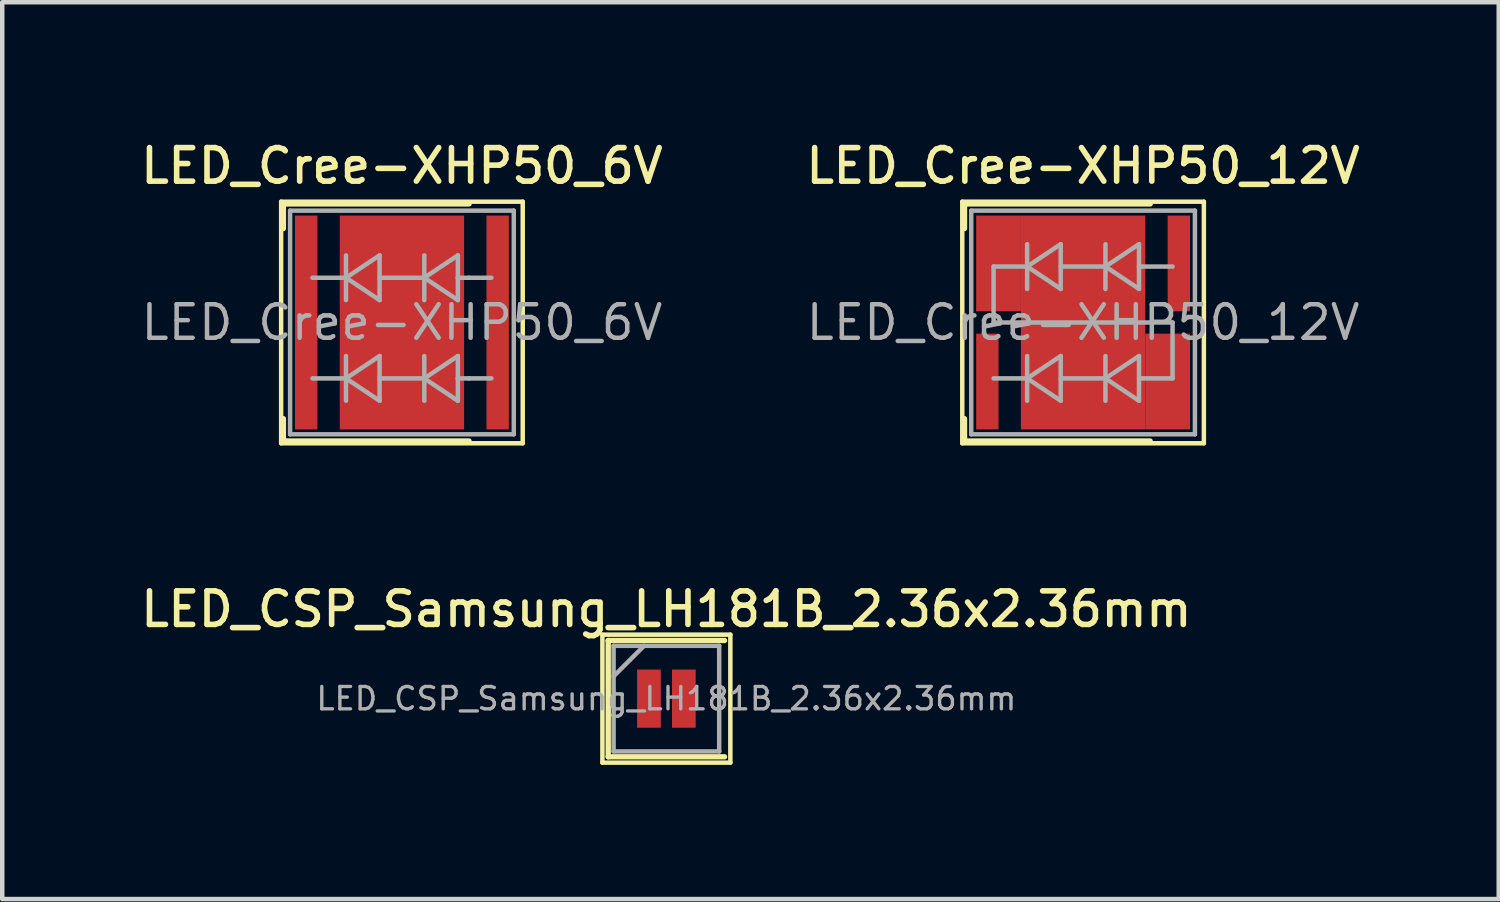
<source format=kicad_pcb>
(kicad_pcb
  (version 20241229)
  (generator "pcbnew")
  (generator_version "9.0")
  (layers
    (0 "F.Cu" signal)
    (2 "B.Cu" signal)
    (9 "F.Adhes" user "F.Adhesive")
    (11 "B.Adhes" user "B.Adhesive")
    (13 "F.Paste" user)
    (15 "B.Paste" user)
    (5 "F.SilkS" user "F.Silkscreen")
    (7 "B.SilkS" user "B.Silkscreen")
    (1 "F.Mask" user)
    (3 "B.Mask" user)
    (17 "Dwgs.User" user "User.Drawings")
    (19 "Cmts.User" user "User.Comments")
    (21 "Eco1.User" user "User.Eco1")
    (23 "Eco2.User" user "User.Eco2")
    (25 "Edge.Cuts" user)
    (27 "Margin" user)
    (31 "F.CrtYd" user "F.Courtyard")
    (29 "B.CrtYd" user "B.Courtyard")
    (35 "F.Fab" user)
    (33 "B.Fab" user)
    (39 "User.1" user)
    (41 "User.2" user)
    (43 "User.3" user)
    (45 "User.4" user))
  (footprint "LED_CSP_Samsung_LH181B_2.36x2.36mm"
    (layer "F.Cu")
    (at 11.845 12.566)
    (property "Reference" "LED_CSP_Samsung_LH181B_2.36x2.36mm" (at 0 -2 0) (layer "F.SilkS") (effects (font (size 0.75 0.75) (thickness 0.125))))
    (attr smd)
    (fp_line (start -1.43 -1.43) (end 1.43 -1.43) (stroke (width 0.1) (type solid)) (layer "F.SilkS"))
    (fp_line (start -1.43 1.43) (end -1.43 -1.43) (stroke (width 0.1) (type solid)) (layer "F.SilkS"))
    (fp_line (start -1.3 -1.3) (end 1.3 -1.3) (stroke (width 0.12) (type solid)) (layer "F.SilkS"))
    (fp_line (start -1.3 1.3) (end -1.3 -1.3) (stroke (width 0.12) (type solid)) (layer "F.SilkS"))
    (fp_line (start 1.3 1.3) (end -1.3 1.3) (stroke (width 0.12) (type solid)) (layer "F.SilkS"))
    (fp_line (start 1.43 -1.43) (end 1.43 1.43) (stroke (width 0.1) (type solid)) (layer "F.SilkS"))
    (fp_line (start 1.43 1.43) (end -1.43 1.43) (stroke (width 0.1) (type solid)) (layer "F.SilkS"))
    (fp_line (start -1.18 -1.18) (end 1.18 -1.18) (stroke (width 0.1) (type solid)) (layer "F.Fab"))
    (fp_line (start -1.18 -0.5) (end -0.5 -1.18) (stroke (width 0.1) (type solid)) (layer "F.Fab"))
    (fp_line (start -1.18 1.18) (end -1.18 -1.18) (stroke (width 0.1) (type solid)) (layer "F.Fab"))
    (fp_line (start 1.18 -1.18) (end 1.18 1.18) (stroke (width 0.1) (type solid)) (layer "F.Fab"))
    (fp_line (start 1.18 1.18) (end -1.18 1.18) (stroke (width 0.1) (type solid)) (layer "F.Fab"))
    (fp_text user "${REFERENCE}" (at 0 0 0) (layer "F.Fab") (effects (font (size 0.5 0.5) (thickness 0.075))))
    (pad "1" smd rect (at -0.39 0 90) (size 1.3 0.53) (layers "F.Cu" "F.Mask" "F.Paste"))
    (pad "2" smd rect (at 0.39 0 90) (size 1.3 0.53) (layers "F.Cu" "F.Mask" "F.Paste")))
  (footprint "LED_Cree-XHP50_6V"
    (layer "F.Cu")
    (at 5.934 4.158)
    (property "Reference" "LED_Cree-XHP50_6V" (at 0 -3.5 0) (layer "F.SilkS") (effects (font (size 0.75 0.75) (thickness 0.125))))
    (attr smd)
    (fp_line (start -2.7 -2.7) (end -2.7 2.7) (stroke (width 0.1) (type solid)) (layer "F.SilkS"))
    (fp_line (start -2.7 2.7) (end 2.7 2.7) (stroke (width 0.1) (type solid)) (layer "F.SilkS"))
    (fp_line (start -2.65 -2.65) (end -2.65 -2.1) (stroke (width 0.12) (type solid)) (layer "F.SilkS"))
    (fp_line (start -2.65 2.65) (end -2.65 2.15) (stroke (width 0.12) (type solid)) (layer "F.SilkS"))
    (fp_line (start 1.5 -2.65) (end -2.65 -2.65) (stroke (width 0.12) (type solid)) (layer "F.SilkS"))
    (fp_line (start 1.5 2.65) (end -2.65 2.65) (stroke (width 0.12) (type solid)) (layer "F.SilkS"))
    (fp_line (start 2.7 -2.7) (end -2.7 -2.7) (stroke (width 0.1) (type solid)) (layer "F.SilkS"))
    (fp_line (start 2.7 2.7) (end 2.7 -2.7) (stroke (width 0.1) (type solid)) (layer "F.SilkS"))
    (fp_line (start -2.5 -2.5) (end 2.5 -2.5) (stroke (width 0.1) (type solid)) (layer "F.Fab"))
    (fp_line (start -2.5 2.5) (end -2.5 -2.5) (stroke (width 0.1) (type solid)) (layer "F.Fab"))
    (fp_line (start -2 -1) (end -1.25 -1) (stroke (width 0.1) (type solid)) (layer "F.Fab"))
    (fp_line (start -2 1.25) (end -1.25 1.25) (stroke (width 0.1) (type solid)) (layer "F.Fab"))
    (fp_line (start -1.25 -1) (end -1.25 -1.5) (stroke (width 0.1) (type solid)) (layer "F.Fab"))
    (fp_line (start -1.25 -1) (end -1.25 -0.5) (stroke (width 0.1) (type solid)) (layer "F.Fab"))
    (fp_line (start -1.25 -1) (end -0.5 -1.5) (stroke (width 0.1) (type solid)) (layer "F.Fab"))
    (fp_line (start -1.25 1.25) (end -1.25 0.75) (stroke (width 0.1) (type solid)) (layer "F.Fab"))
    (fp_line (start -1.25 1.25) (end -1.25 1.75) (stroke (width 0.1) (type solid)) (layer "F.Fab"))
    (fp_line (start -1.25 1.25) (end -0.5 0.75) (stroke (width 0.1) (type solid)) (layer "F.Fab"))
    (fp_line (start -0.5 -1.5) (end -0.5 -0.5) (stroke (width 0.1) (type solid)) (layer "F.Fab"))
    (fp_line (start -0.5 -0.5) (end -1.25 -1) (stroke (width 0.1) (type solid)) (layer "F.Fab"))
    (fp_line (start -0.5 0.75) (end -0.5 1.75) (stroke (width 0.1) (type solid)) (layer "F.Fab"))
    (fp_line (start -0.5 1.75) (end -1.25 1.25) (stroke (width 0.1) (type solid)) (layer "F.Fab"))
    (fp_line (start 0.5 -1.5) (end 0.5 -0.5) (stroke (width 0.1) (type solid)) (layer "F.Fab"))
    (fp_line (start 0.5 -1) (end -0.5 -1) (stroke (width 0.1) (type solid)) (layer "F.Fab"))
    (fp_line (start 0.5 -1) (end 1.25 -0.5) (stroke (width 0.1) (type solid)) (layer "F.Fab"))
    (fp_line (start 0.5 0.75) (end 0.5 1.75) (stroke (width 0.1) (type solid)) (layer "F.Fab"))
    (fp_line (start 0.5 1.25) (end -0.5 1.25) (stroke (width 0.1) (type solid)) (layer "F.Fab"))
    (fp_line (start 0.5 1.25) (end 1.25 1.75) (stroke (width 0.1) (type solid)) (layer "F.Fab"))
    (fp_line (start 1.25 -1.5) (end 0.5 -1) (stroke (width 0.1) (type solid)) (layer "F.Fab"))
    (fp_line (start 1.25 -1) (end 1.25 -1.5) (stroke (width 0.1) (type solid)) (layer "F.Fab"))
    (fp_line (start 1.25 -0.5) (end 1.25 -1) (stroke (width 0.1) (type solid)) (layer "F.Fab"))
    (fp_line (start 1.25 0.75) (end 0.5 1.25) (stroke (width 0.1) (type solid)) (layer "F.Fab"))
    (fp_line (start 1.25 1.25) (end 1.25 0.75) (stroke (width 0.1) (type solid)) (layer "F.Fab"))
    (fp_line (start 1.25 1.75) (end 1.25 1.25) (stroke (width 0.1) (type solid)) (layer "F.Fab"))
    (fp_line (start 1.5 -1) (end 1.25 -1) (stroke (width 0.1) (type solid)) (layer "F.Fab"))
    (fp_line (start 1.5 -1) (end 2 -1) (stroke (width 0.1) (type solid)) (layer "F.Fab"))
    (fp_line (start 1.5 1.25) (end 1.25 1.25) (stroke (width 0.1) (type solid)) (layer "F.Fab"))
    (fp_line (start 1.5 1.25) (end 2 1.25) (stroke (width 0.1) (type solid)) (layer "F.Fab"))
    (fp_line (start 2.5 -2.5) (end 2.5 2.5) (stroke (width 0.1) (type solid)) (layer "F.Fab"))
    (fp_line (start 2.5 2.5) (end -2.5 2.5) (stroke (width 0.1) (type solid)) (layer "F.Fab"))
    (fp_text user "${REFERENCE}" (at 0 0 0) (layer "F.Fab") (effects (font (size 0.75 0.75) (thickness 0.1))))
    (pad "" smd rect (at -2.14 -1.32) (size 0.5 2.14) (layers "F.Paste"))
    (pad "" smd rect (at -2.14 1.32) (size 0.5 2.14) (layers "F.Paste"))
    (pad "" smd rect (at -0.61 -1.575) (size 0.97 0.8) (layers "F.Paste"))
    (pad "" smd rect (at -0.61 -0.525) (size 0.97 0.8) (layers "F.Paste"))
    (pad "" smd rect (at -0.61 0.525) (size 0.97 0.8) (layers "F.Paste"))
    (pad "" smd rect (at -0.61 1.575) (size 0.97 0.8) (layers "F.Paste"))
    (pad "" smd rect (at 0.61 -1.575) (size 0.97 0.8) (layers "F.Paste"))
    (pad "" smd rect (at 0.61 -0.525) (size 0.97 0.8) (layers "F.Paste"))
    (pad "" smd rect (at 0.61 0.525) (size 0.97 0.8) (layers "F.Paste"))
    (pad "" smd rect (at 0.61 1.575) (size 0.97 0.8) (layers "F.Paste"))
    (pad "" smd rect (at 2.14 -1.32) (size 0.5 2.14) (layers "F.Paste"))
    (pad "" smd rect (at 2.14 1.32) (size 0.5 2.14) (layers "F.Paste"))
    (pad "1" smd rect (at -2.14 0) (size 0.5 4.78) (layers "F.Cu" "F.Mask"))
    (pad "2" smd rect (at 2.14 0) (size 0.5 4.78) (layers "F.Cu" "F.Mask"))
    (pad "3" smd rect (at 0 0) (size 2.78 4.78) (layers "F.Cu" "F.Mask")))
  (footprint "LED_Cree-XHP50_12V"
    (layer "F.Cu")
    (at 21.159 4.158)
    (property "Reference" "LED_Cree-XHP50_12V" (at 0 -3.5 0) (layer "F.SilkS") (effects (font (size 0.75 0.75) (thickness 0.125))))
    (attr smd)
    (fp_line (start -2.7 -2.7) (end -2.7 2.7) (stroke (width 0.1) (type solid)) (layer "F.SilkS"))
    (fp_line (start -2.7 2.7) (end 2.7 2.7) (stroke (width 0.1) (type solid)) (layer "F.SilkS"))
    (fp_line (start -2.65 -2.65) (end -2.65 -2.1) (stroke (width 0.12) (type solid)) (layer "F.SilkS"))
    (fp_line (start -2.65 2.65) (end -2.65 2.15) (stroke (width 0.12) (type solid)) (layer "F.SilkS"))
    (fp_line (start 1.5 -2.65) (end -2.65 -2.65) (stroke (width 0.12) (type solid)) (layer "F.SilkS"))
    (fp_line (start 1.5 2.65) (end -2.65 2.65) (stroke (width 0.12) (type solid)) (layer "F.SilkS"))
    (fp_line (start 2.7 -2.7) (end -2.7 -2.7) (stroke (width 0.1) (type solid)) (layer "F.SilkS"))
    (fp_line (start 2.7 2.7) (end 2.7 -2.7) (stroke (width 0.1) (type solid)) (layer "F.SilkS"))
    (fp_line (start -2.5 -2.5) (end 2.5 -2.5) (stroke (width 0.1) (type solid)) (layer "F.Fab"))
    (fp_line (start -2.5 2.5) (end -2.5 -2.5) (stroke (width 0.1) (type solid)) (layer "F.Fab"))
    (fp_line (start -2 -1.25) (end -2 0) (stroke (width 0.1) (type solid)) (layer "F.Fab"))
    (fp_line (start -2 -1.25) (end -1.25 -1.25) (stroke (width 0.1) (type solid)) (layer "F.Fab"))
    (fp_line (start -2 0) (end 2 0) (stroke (width 0.1) (type solid)) (layer "F.Fab"))
    (fp_line (start -2 1.25) (end -1.25 1.25) (stroke (width 0.1) (type solid)) (layer "F.Fab"))
    (fp_line (start -1.25 -1.25) (end -1.25 -1.75) (stroke (width 0.1) (type solid)) (layer "F.Fab"))
    (fp_line (start -1.25 -1.25) (end -1.25 -0.75) (stroke (width 0.1) (type solid)) (layer "F.Fab"))
    (fp_line (start -1.25 -1.25) (end -0.5 -1.75) (stroke (width 0.1) (type solid)) (layer "F.Fab"))
    (fp_line (start -1.25 1.25) (end -1.25 0.75) (stroke (width 0.1) (type solid)) (layer "F.Fab"))
    (fp_line (start -1.25 1.25) (end -1.25 1.75) (stroke (width 0.1) (type solid)) (layer "F.Fab"))
    (fp_line (start -1.25 1.25) (end -0.5 0.75) (stroke (width 0.1) (type solid)) (layer "F.Fab"))
    (fp_line (start -0.5 -1.75) (end -0.5 -0.75) (stroke (width 0.1) (type solid)) (layer "F.Fab"))
    (fp_line (start -0.5 -1.25) (end 0.5 -1.25) (stroke (width 0.1) (type solid)) (layer "F.Fab"))
    (fp_line (start -0.5 -0.75) (end -1.25 -1.25) (stroke (width 0.1) (type solid)) (layer "F.Fab"))
    (fp_line (start -0.5 0.75) (end -0.5 1.75) (stroke (width 0.1) (type solid)) (layer "F.Fab"))
    (fp_line (start -0.5 1.25) (end 0.5 1.25) (stroke (width 0.1) (type solid)) (layer "F.Fab"))
    (fp_line (start -0.5 1.75) (end -1.25 1.25) (stroke (width 0.1) (type solid)) (layer "F.Fab"))
    (fp_line (start 0.5 -1.75) (end 0.5 -0.75) (stroke (width 0.1) (type solid)) (layer "F.Fab"))
    (fp_line (start 0.5 -1.25) (end 1.25 -0.75) (stroke (width 0.1) (type solid)) (layer "F.Fab"))
    (fp_line (start 0.5 0.75) (end 0.5 1.75) (stroke (width 0.1) (type solid)) (layer "F.Fab"))
    (fp_line (start 0.5 1.25) (end 1.25 1.75) (stroke (width 0.1) (type solid)) (layer "F.Fab"))
    (fp_line (start 1.25 -1.75) (end 0.5 -1.25) (stroke (width 0.1) (type solid)) (layer "F.Fab"))
    (fp_line (start 1.25 -1.25) (end 1.25 -1.75) (stroke (width 0.1) (type solid)) (layer "F.Fab"))
    (fp_line (start 1.25 -0.75) (end 1.25 -1.25) (stroke (width 0.1) (type solid)) (layer "F.Fab"))
    (fp_line (start 1.25 0.75) (end 0.5 1.25) (stroke (width 0.1) (type solid)) (layer "F.Fab"))
    (fp_line (start 1.25 0.75) (end 1.25 1.75) (stroke (width 0.1) (type solid)) (layer "F.Fab"))
    (fp_line (start 2 -1.25) (end 1.25 -1.25) (stroke (width 0.1) (type solid)) (layer "F.Fab"))
    (fp_line (start 2 0) (end 2 1.25) (stroke (width 0.1) (type solid)) (layer "F.Fab"))
    (fp_line (start 2 1.25) (end 1.25 1.25) (stroke (width 0.1) (type solid)) (layer "F.Fab"))
    (fp_line (start 2.5 -2.5) (end 2.5 2.5) (stroke (width 0.1) (type solid)) (layer "F.Fab"))
    (fp_line (start 2.5 2.5) (end -2.5 2.5) (stroke (width 0.1) (type solid)) (layer "F.Fab"))
    (fp_text user "${REFERENCE}" (at 0 0 0) (layer "F.Fab") (effects (font (size 0.75 0.75) (thickness 0.1))))
    (pad "" smd rect (at -2.14 -1.32) (size 0.5 2.14) (layers "F.Paste"))
    (pad "" smd rect (at -0.61 -1.575) (size 0.97 0.8) (layers "F.Paste"))
    (pad "" smd rect (at -0.61 -0.525) (size 0.97 0.8) (layers "F.Paste"))
    (pad "" smd rect (at -0.61 0.525) (size 0.97 0.8) (layers "F.Paste"))
    (pad "" smd rect (at -0.61 1.575) (size 0.97 0.8) (layers "F.Paste"))
    (pad "" smd rect (at 0.61 -1.575) (size 0.97 0.8) (layers "F.Paste"))
    (pad "" smd rect (at 0.61 -0.525) (size 0.97 0.8) (layers "F.Paste"))
    (pad "" smd rect (at 0.61 0.525) (size 0.97 0.8) (layers "F.Paste"))
    (pad "" smd rect (at 0.61 1.575) (size 0.97 0.8) (layers "F.Paste"))
    (pad "" smd rect (at 2.14 1.32) (size 0.5 2.14) (layers "F.Paste"))
    (pad "1" smd rect (at -2.14 1.32) (size 0.5 2.14) (layers "F.Cu" "F.Mask" "F.Paste"))
    (pad "2" smd rect (at 2.14 -1.32) (size 0.5 2.14) (layers "F.Cu" "F.Mask" "F.Paste"))
    (pad "3" smd rect (at -1.89 -1.32) (size 1 2.14) (layers "F.Cu" "F.Mask"))
    (pad "3" smd rect (at 0 0) (size 2.78 4.78) (layers "F.Cu" "F.Mask"))
    (pad "3" smd rect (at 1.89 1.32) (size 1 2.14) (layers "F.Cu" "F.Mask")))
  (gr_rect
    (start -3 -3)
    (end 30.45 17.046)
    (stroke (width 0.1) (type default))
    (fill no)
    (layer "Edge.Cuts")))
</source>
